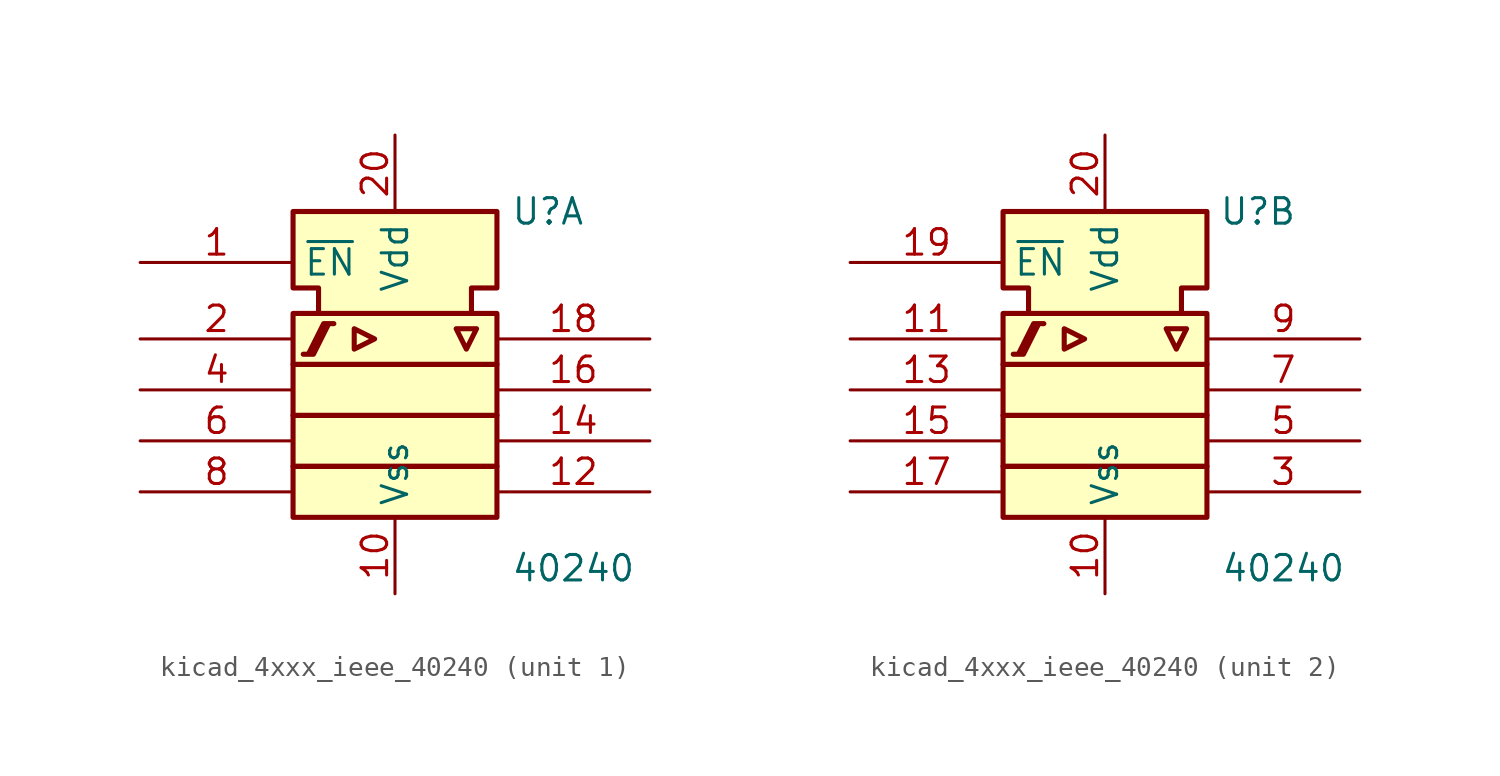
<source format=kicad_sym>
(kicad_symbol_lib
  (version 20220914)
  (generator kicad_symbol_editor)
  (symbol "kicad_4xxx_ieee_40240"
    (property "Reference" "U"
      (at 7.62 8.89 0)
      (effects (font (size 1.27 1.27))))
    (property "Value" "40240"
      (at 8.89 -8.89 0)
      (effects (font (size 1.27 1.27))))
    (symbol "kicad_4xxx_ieee_40240_0_0"
      (polyline (pts (xy -2.032 3.048) (xy -2.032 2.032) (xy -1.016 2.54) (xy -2.032 3.048) (xy -2.032 3.048)) (stroke (width 0.254) (type default)) (fill (type background)))
      (polyline (pts (xy 3.048 3.048) (xy 4.064 3.048) (xy 3.556 2.032) (xy 3.048 3.048) (xy 3.048 3.048)) (stroke (width 0.254) (type default)) (fill (type background)))
      (polyline (pts (xy -4.572 1.778) (xy -4.064 1.778) (xy -3.302 3.302) (xy -3.048 3.302) (xy -3.556 3.302) (xy -4.318 1.778) (xy -4.318 1.778)) (stroke (width 0.254) (type default)) (fill (type background))))
    (symbol "kicad_4xxx_ieee_40240_0_1"
      (rectangle (start -5.08 -3.81) (end 5.08 -6.35) (stroke (width 0.254) (type default)) (fill (type background)))
      (rectangle (start -5.08 -1.27) (end 5.08 -3.81) (stroke (width 0.254) (type default)) (fill (type background)))
      (rectangle (start -5.08 1.27) (end 5.08 -1.27) (stroke (width 0.254) (type default)) (fill (type background)))
      (rectangle (start -5.08 3.81) (end 5.08 1.27) (stroke (width 0.254) (type default)) (fill (type background)))
      (polyline (pts (xy -3.81 3.81) (xy -3.81 5.08) (xy -5.08 5.08) (xy -5.08 8.89) (xy 5.08 8.89) (xy 5.08 5.08) (xy 3.81 5.08) (xy 3.81 3.81) (xy 3.81 3.81)) (stroke (width 0.254) (type default)) (fill (type background)))
      (pin power_in line (at 0 -10.16 90) (length 3.81) (name "Vss" (effects (font (size 1.27 1.27)))) (number "10" (effects (font (size 1.27 1.27)))))
      (pin power_in line (at 0 12.7 270) (length 3.81) (name "Vdd" (effects (font (size 1.27 1.27)))) (number "20" (effects (font (size 1.27 1.27))))))
    (symbol "kicad_4xxx_ieee_40240_1_0"
      (pin output line (at 12.7 -5.08 180) (length 7.62) (name "~" (effects (font (size 1.27 1.27)))) (number "12" (effects (font (size 1.27 1.27)))))
      (pin output line (at 12.7 -2.54 180) (length 7.62) (name "~" (effects (font (size 1.27 1.27)))) (number "14" (effects (font (size 1.27 1.27)))))
      (pin output line (at 12.7 0 180) (length 7.62) (name "~" (effects (font (size 1.27 1.27)))) (number "16" (effects (font (size 1.27 1.27)))))
      (pin output line (at 12.7 2.54 180) (length 7.62) (name "~" (effects (font (size 1.27 1.27)))) (number "18" (effects (font (size 1.27 1.27)))))
      (pin input line (at -12.7 0 0) (length 7.62) (name "~" (effects (font (size 1.27 1.27)))) (number "4" (effects (font (size 1.27 1.27))))))
    (symbol "kicad_4xxx_ieee_40240_1_1"
      (pin input line (at -12.7 6.35 0) (length 7.62) (name "~{EN}" (effects (font (size 1.27 1.27)))) (number "1" (effects (font (size 1.27 1.27)))))
      (pin input line (at -12.7 2.54 0) (length 7.62) (name "~" (effects (font (size 1.27 1.27)))) (number "2" (effects (font (size 1.27 1.27)))))
      (pin input line (at -12.7 -2.54 0) (length 7.62) (name "~" (effects (font (size 1.27 1.27)))) (number "6" (effects (font (size 1.27 1.27)))))
      (pin input line (at -12.7 -5.08 0) (length 7.62) (name "~" (effects (font (size 1.27 1.27)))) (number "8" (effects (font (size 1.27 1.27))))))
    (symbol "kicad_4xxx_ieee_40240_2_0"
      (pin input line (at -12.7 2.54 0) (length 7.62) (name "~" (effects (font (size 1.27 1.27)))) (number "11" (effects (font (size 1.27 1.27)))))
      (pin input line (at -12.7 -2.54 0) (length 7.62) (name "~" (effects (font (size 1.27 1.27)))) (number "15" (effects (font (size 1.27 1.27)))))
      (pin input line (at -12.7 -5.08 0) (length 7.62) (name "~" (effects (font (size 1.27 1.27)))) (number "17" (effects (font (size 1.27 1.27)))))
      (pin input line (at -12.7 6.35 0) (length 7.62) (name "~{EN}" (effects (font (size 1.27 1.27)))) (number "19" (effects (font (size 1.27 1.27))))))
    (symbol "kicad_4xxx_ieee_40240_2_1"
      (pin input line (at -12.7 0 0) (length 7.62) (name "~" (effects (font (size 1.27 1.27)))) (number "13" (effects (font (size 1.27 1.27)))))
      (pin output line (at 12.7 -5.08 180) (length 7.62) (name "~" (effects (font (size 1.27 1.27)))) (number "3" (effects (font (size 1.27 1.27)))))
      (pin output line (at 12.7 -2.54 180) (length 7.62) (name "~" (effects (font (size 1.27 1.27)))) (number "5" (effects (font (size 1.27 1.27)))))
      (pin output line (at 12.7 0 180) (length 7.62) (name "~" (effects (font (size 1.27 1.27)))) (number "7" (effects (font (size 1.27 1.27)))))
      (pin output line (at 12.7 2.54 180) (length 7.62) (name "~" (effects (font (size 1.27 1.27)))) (number "9" (effects (font (size 1.27 1.27))))))))
</source>
